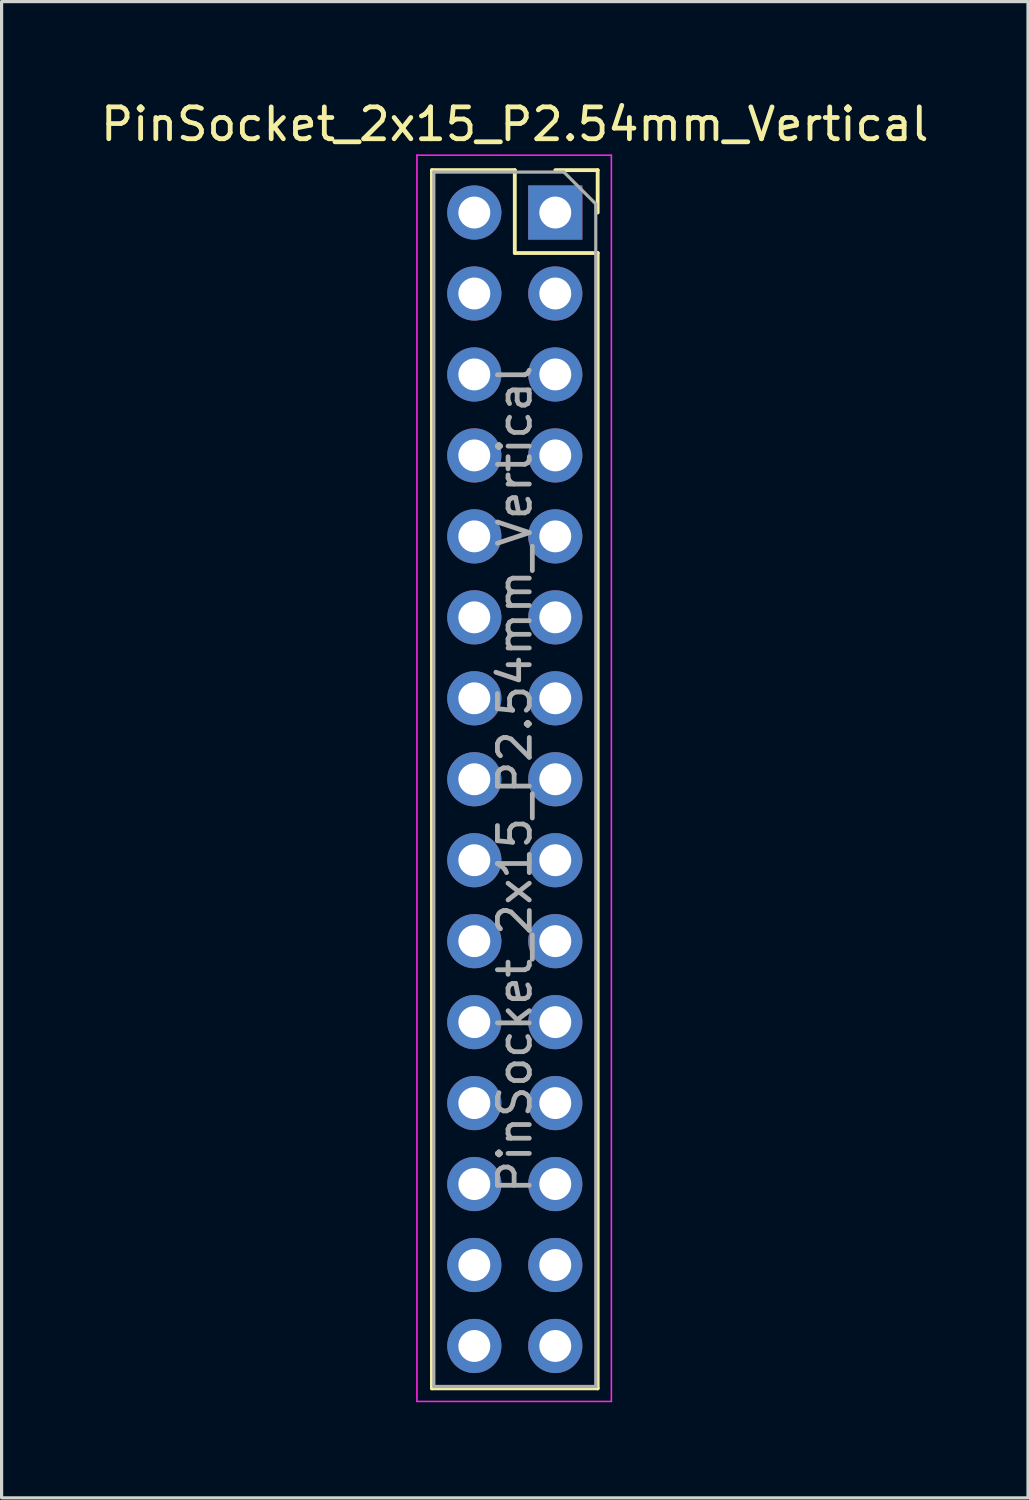
<source format=kicad_pcb>
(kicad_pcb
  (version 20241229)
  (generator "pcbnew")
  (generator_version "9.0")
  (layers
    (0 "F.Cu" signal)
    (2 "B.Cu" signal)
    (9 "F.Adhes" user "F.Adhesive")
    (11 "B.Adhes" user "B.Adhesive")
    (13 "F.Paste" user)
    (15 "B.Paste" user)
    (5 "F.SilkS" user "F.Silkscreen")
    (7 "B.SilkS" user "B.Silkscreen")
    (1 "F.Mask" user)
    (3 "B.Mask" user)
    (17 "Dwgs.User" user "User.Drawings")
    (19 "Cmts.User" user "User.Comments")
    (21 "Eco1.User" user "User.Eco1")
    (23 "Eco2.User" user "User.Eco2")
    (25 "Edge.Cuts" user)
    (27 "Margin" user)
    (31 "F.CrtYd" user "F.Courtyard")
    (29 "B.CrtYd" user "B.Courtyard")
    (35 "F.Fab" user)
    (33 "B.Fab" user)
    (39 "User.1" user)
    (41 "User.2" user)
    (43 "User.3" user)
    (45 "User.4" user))
  (footprint "PinSocket_2x15_P2.54mm_Vertical"
    (layer "F.Cu")
    (at 14.371 3.618)
    (property "Reference" "PinSocket_2x15_P2.54mm_Vertical" (at -1.27 -2.77 0) (layer "F.SilkS") (effects (font (size 1 1) (thickness 0.15))))
    (attr through_hole)
    (fp_line (start -3.87 -1.33) (end -3.87 36.89) (stroke (width 0.12) (type solid)) (layer "F.SilkS"))
    (fp_line (start -3.87 -1.33) (end -1.27 -1.33) (stroke (width 0.12) (type solid)) (layer "F.SilkS"))
    (fp_line (start -3.87 36.89) (end 1.33 36.89) (stroke (width 0.12) (type solid)) (layer "F.SilkS"))
    (fp_line (start -1.27 -1.33) (end -1.27 1.27) (stroke (width 0.12) (type solid)) (layer "F.SilkS"))
    (fp_line (start -1.27 1.27) (end 1.33 1.27) (stroke (width 0.12) (type solid)) (layer "F.SilkS"))
    (fp_line (start 0 -1.33) (end 1.33 -1.33) (stroke (width 0.12) (type solid)) (layer "F.SilkS"))
    (fp_line (start 1.33 -1.33) (end 1.33 0) (stroke (width 0.12) (type solid)) (layer "F.SilkS"))
    (fp_line (start 1.33 1.27) (end 1.33 36.89) (stroke (width 0.12) (type solid)) (layer "F.SilkS"))
    (fp_line (start -4.34 -1.8) (end 1.76 -1.8) (stroke (width 0.05) (type solid)) (layer "F.CrtYd"))
    (fp_line (start -4.34 37.3) (end -4.34 -1.8) (stroke (width 0.05) (type solid)) (layer "F.CrtYd"))
    (fp_line (start 1.76 -1.8) (end 1.76 37.3) (stroke (width 0.05) (type solid)) (layer "F.CrtYd"))
    (fp_line (start 1.76 37.3) (end -4.34 37.3) (stroke (width 0.05) (type solid)) (layer "F.CrtYd"))
    (fp_line (start -3.81 -1.27) (end 0.27 -1.27) (stroke (width 0.1) (type solid)) (layer "F.Fab"))
    (fp_line (start -3.81 36.83) (end -3.81 -1.27) (stroke (width 0.1) (type solid)) (layer "F.Fab"))
    (fp_line (start 0.27 -1.27) (end 1.27 -0.27) (stroke (width 0.1) (type solid)) (layer "F.Fab"))
    (fp_line (start 1.27 -0.27) (end 1.27 36.83) (stroke (width 0.1) (type solid)) (layer "F.Fab"))
    (fp_line (start 1.27 36.83) (end -3.81 36.83) (stroke (width 0.1) (type solid)) (layer "F.Fab"))
    (fp_text user "${REFERENCE}" (at -1.27 17.78 90) (layer "F.Fab") (effects (font (size 1 1) (thickness 0.15))))
    (pad "1" thru_hole rect (at 0 0) (size 1.7 1.7) (drill 1) (layers "*.Cu" "*.Mask"))
    (pad "2" thru_hole circle (at -2.54 0) (size 1.7 1.7) (drill 1) (layers "*.Cu" "*.Mask"))
    (pad "3" thru_hole circle (at 0 2.54) (size 1.7 1.7) (drill 1) (layers "*.Cu" "*.Mask"))
    (pad "4" thru_hole circle (at -2.54 2.54) (size 1.7 1.7) (drill 1) (layers "*.Cu" "*.Mask"))
    (pad "5" thru_hole circle (at 0 5.08) (size 1.7 1.7) (drill 1) (layers "*.Cu" "*.Mask"))
    (pad "6" thru_hole circle (at -2.54 5.08) (size 1.7 1.7) (drill 1) (layers "*.Cu" "*.Mask"))
    (pad "7" thru_hole circle (at 0 7.62) (size 1.7 1.7) (drill 1) (layers "*.Cu" "*.Mask"))
    (pad "8" thru_hole circle (at -2.54 7.62) (size 1.7 1.7) (drill 1) (layers "*.Cu" "*.Mask"))
    (pad "9" thru_hole circle (at 0 10.16) (size 1.7 1.7) (drill 1) (layers "*.Cu" "*.Mask"))
    (pad "10" thru_hole circle (at -2.54 10.16) (size 1.7 1.7) (drill 1) (layers "*.Cu" "*.Mask"))
    (pad "11" thru_hole circle (at 0 12.7) (size 1.7 1.7) (drill 1) (layers "*.Cu" "*.Mask"))
    (pad "12" thru_hole circle (at -2.54 12.7) (size 1.7 1.7) (drill 1) (layers "*.Cu" "*.Mask"))
    (pad "13" thru_hole circle (at 0 15.24) (size 1.7 1.7) (drill 1) (layers "*.Cu" "*.Mask"))
    (pad "14" thru_hole circle (at -2.54 15.24) (size 1.7 1.7) (drill 1) (layers "*.Cu" "*.Mask"))
    (pad "15" thru_hole circle (at 0 17.78) (size 1.7 1.7) (drill 1) (layers "*.Cu" "*.Mask"))
    (pad "16" thru_hole circle (at -2.54 17.78) (size 1.7 1.7) (drill 1) (layers "*.Cu" "*.Mask"))
    (pad "17" thru_hole circle (at 0 20.32) (size 1.7 1.7) (drill 1) (layers "*.Cu" "*.Mask"))
    (pad "18" thru_hole circle (at -2.54 20.32) (size 1.7 1.7) (drill 1) (layers "*.Cu" "*.Mask"))
    (pad "19" thru_hole circle (at 0 22.86) (size 1.7 1.7) (drill 1) (layers "*.Cu" "*.Mask"))
    (pad "20" thru_hole circle (at -2.54 22.86) (size 1.7 1.7) (drill 1) (layers "*.Cu" "*.Mask"))
    (pad "21" thru_hole circle (at 0 25.4) (size 1.7 1.7) (drill 1) (layers "*.Cu" "*.Mask"))
    (pad "22" thru_hole circle (at -2.54 25.4) (size 1.7 1.7) (drill 1) (layers "*.Cu" "*.Mask"))
    (pad "23" thru_hole circle (at 0 27.94) (size 1.7 1.7) (drill 1) (layers "*.Cu" "*.Mask"))
    (pad "24" thru_hole circle (at -2.54 27.94) (size 1.7 1.7) (drill 1) (layers "*.Cu" "*.Mask"))
    (pad "25" thru_hole circle (at 0 30.48) (size 1.7 1.7) (drill 1) (layers "*.Cu" "*.Mask"))
    (pad "26" thru_hole circle (at -2.54 30.48) (size 1.7 1.7) (drill 1) (layers "*.Cu" "*.Mask"))
    (pad "27" thru_hole circle (at 0 33.02) (size 1.7 1.7) (drill 1) (layers "*.Cu" "*.Mask"))
    (pad "28" thru_hole circle (at -2.54 33.02) (size 1.7 1.7) (drill 1) (layers "*.Cu" "*.Mask"))
    (pad "29" thru_hole circle (at 0 35.56) (size 1.7 1.7) (drill 1) (layers "*.Cu" "*.Mask"))
    (pad "30" thru_hole circle (at -2.54 35.56) (size 1.7 1.7) (drill 1) (layers "*.Cu" "*.Mask")))
  (gr_rect
    (start -3 -3)
    (end 29.202 43.943)
    (stroke (width 0.1) (type default))
    (fill no)
    (layer "Edge.Cuts")))
</source>
